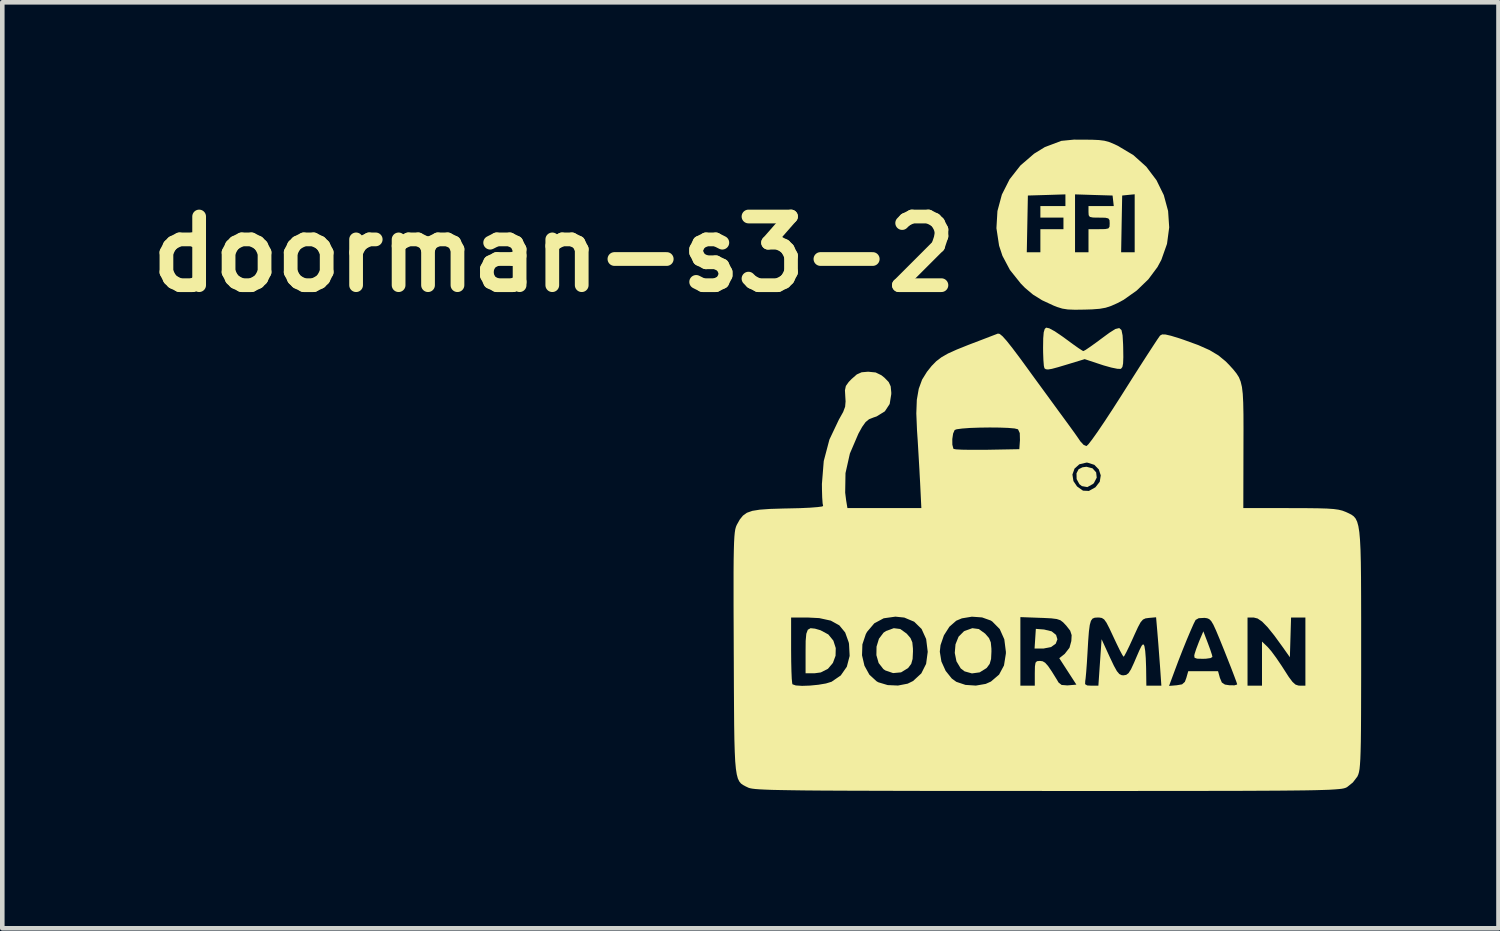
<source format=kicad_pcb>
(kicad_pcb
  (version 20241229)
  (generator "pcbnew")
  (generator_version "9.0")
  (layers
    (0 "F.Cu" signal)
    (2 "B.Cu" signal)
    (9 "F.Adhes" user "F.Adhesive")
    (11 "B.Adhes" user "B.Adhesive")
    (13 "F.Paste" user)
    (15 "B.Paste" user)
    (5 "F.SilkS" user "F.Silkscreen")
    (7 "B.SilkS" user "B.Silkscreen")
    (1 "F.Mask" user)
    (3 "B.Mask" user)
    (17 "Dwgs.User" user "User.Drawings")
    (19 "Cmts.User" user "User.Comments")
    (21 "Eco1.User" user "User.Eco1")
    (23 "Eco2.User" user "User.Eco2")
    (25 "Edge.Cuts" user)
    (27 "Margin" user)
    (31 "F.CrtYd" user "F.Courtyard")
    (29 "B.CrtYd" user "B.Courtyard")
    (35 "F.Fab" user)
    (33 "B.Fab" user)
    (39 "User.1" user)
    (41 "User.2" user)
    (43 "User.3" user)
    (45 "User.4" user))
  (footprint "doorman-s3-2"
    (layer "F.Cu")
    (at 19.78 7.281)
    (property "Reference" "doorman-s3-2" (at -10.73 -4.78 0) (layer "F.SilkS") (effects (font (size 1.5 1.5) (thickness 0.3))))
    (attr board_only exclude_from_pos_files exclude_from_bom)
    (fp_poly (pts (xy -0.023 3.42) (xy 0.142 3.46) (xy 0.239 3.538) (xy 0.268 3.634) (xy 0.232 3.729) (xy 0.131 3.802) (xy -0.032 3.835) (xy -0.051 3.835) (xy -0.231 3.835) (xy -0.217 3.621) (xy -0.203 3.406)) (stroke (width 0) (type solid)) (fill yes) (layer "F.SilkS"))
    (fp_poly (pts (xy 1.035 -0.101) (xy 1.114 -0.013) (xy 1.127 0.102) (xy 1.066 0.22) (xy 1.045 0.241) (xy 0.922 0.309) (xy 0.803 0.288) (xy 0.748 0.245) (xy 0.688 0.134) (xy 0.685 0.008) (xy 0.731 -0.081) (xy 0.815 -0.123) (xy 0.902 -0.135)) (stroke (width 0) (type solid)) (fill yes) (layer "F.SilkS"))
    (fp_poly (pts (xy 3.555 3.719) (xy 3.608 3.863) (xy 3.644 3.973) (xy 3.654 4.019) (xy 3.614 4.044) (xy 3.512 4.058) (xy 3.446 4.06) (xy 3.321 4.057) (xy 3.265 4.038) (xy 3.257 3.992) (xy 3.265 3.953) (xy 3.3 3.845) (xy 3.354 3.703) (xy 3.374 3.653) (xy 3.456 3.46)) (stroke (width 0) (type solid)) (fill yes) (layer "F.SilkS"))
    (fp_poly (pts (xy -5.028 3.401) (xy -4.907 3.436) (xy -4.736 3.528) (xy -4.626 3.663) (xy -4.574 3.825) (xy -4.578 3.993) (xy -4.636 4.15) (xy -4.744 4.278) (xy -4.901 4.358) (xy -5.037 4.376) (xy -5.233 4.376) (xy -5.233 3.901) (xy -5.231 3.668) (xy -5.217 3.513) (xy -5.184 3.425) (xy -5.124 3.391)) (stroke (width 0) (type solid)) (fill yes) (layer "F.SilkS"))
    (fp_poly (pts (xy -3.165 3.409) (xy -3.027 3.508) (xy -3.019 3.516) (xy -2.941 3.607) (xy -2.901 3.701) (xy -2.888 3.835) (xy -2.887 3.901) (xy -2.895 4.063) (xy -2.925 4.17) (xy -2.988 4.255) (xy -2.998 4.265) (xy -3.147 4.356) (xy -3.321 4.372) (xy -3.491 4.314) (xy -3.534 4.284) (xy -3.637 4.152) (xy -3.686 3.98) (xy -3.683 3.794) (xy -3.63 3.621) (xy -3.529 3.488) (xy -3.474 3.452) (xy -3.306 3.391)) (stroke (width 0) (type solid)) (fill yes) (layer "F.SilkS"))
    (fp_poly (pts (xy -1.448 3.41) (xy -1.309 3.511) (xy -1.305 3.516) (xy -1.226 3.607) (xy -1.187 3.701) (xy -1.174 3.835) (xy -1.173 3.901) (xy -1.181 4.063) (xy -1.211 4.17) (xy -1.273 4.255) (xy -1.284 4.265) (xy -1.43 4.356) (xy -1.599 4.379) (xy -1.76 4.334) (xy -1.844 4.27) (xy -1.937 4.115) (xy -1.974 3.931) (xy -1.958 3.743) (xy -1.891 3.577) (xy -1.775 3.46) (xy -1.758 3.451) (xy -1.59 3.391)) (stroke (width 0) (type solid)) (fill yes) (layer "F.SilkS"))
    (fp_poly (pts (xy 0.089 -3.16) (xy 0.211 -3.094) (xy 0.373 -2.984) (xy 0.446 -2.931) (xy 0.601 -2.817) (xy 0.728 -2.727) (xy 0.813 -2.672) (xy 0.835 -2.662) (xy 0.883 -2.687) (xy 0.985 -2.756) (xy 1.123 -2.855) (xy 1.205 -2.916) (xy 1.399 -3.059) (xy 1.533 -3.144) (xy 1.619 -3.165) (xy 1.668 -3.12) (xy 1.692 -3.003) (xy 1.703 -2.811) (xy 1.705 -2.74) (xy 1.708 -2.53) (xy 1.703 -2.393) (xy 1.688 -2.315) (xy 1.659 -2.278) (xy 1.65 -2.273) (xy 1.578 -2.275) (xy 1.446 -2.302) (xy 1.278 -2.349) (xy 1.223 -2.367) (xy 0.864 -2.486) (xy 0.486 -2.371) (xy 0.282 -2.31) (xy 0.148 -2.274) (xy 0.064 -2.26) (xy 0.016 -2.265) (xy -0.015 -2.286) (xy -0.028 -2.341) (xy -0.038 -2.466) (xy -0.044 -2.636) (xy -0.045 -2.732) (xy -0.042 -2.939) (xy -0.031 -3.072) (xy -0.009 -3.145) (xy 0.022 -3.174)) (stroke (width 0) (type solid)) (fill yes) (layer "F.SilkS"))
    (fp_poly (pts (xy 1.018 -7.279) (xy 1.175 -7.272) (xy 1.294 -7.257) (xy 1.397 -7.229) (xy 1.507 -7.184) (xy 1.587 -7.146) (xy 1.926 -6.944) (xy 2.209 -6.69) (xy 2.432 -6.395) (xy 2.592 -6.069) (xy 2.686 -5.722) (xy 2.71 -5.364) (xy 2.662 -5.004) (xy 2.538 -4.653) (xy 2.453 -4.496) (xy 2.255 -4.23) (xy 2 -3.984) (xy 1.715 -3.782) (xy 1.578 -3.709) (xy 1.441 -3.648) (xy 1.322 -3.609) (xy 1.193 -3.586) (xy 1.026 -3.573) (xy 0.863 -3.568) (xy 0.65 -3.565) (xy 0.496 -3.571) (xy 0.375 -3.59) (xy 0.262 -3.625) (xy 0.186 -3.655) (xy -0.066 -3.772) (xy -0.264 -3.895) (xy -0.44 -4.043) (xy -0.532 -4.137) (xy -0.769 -4.434) (xy -0.933 -4.743) (xy -0.958 -4.82) (xy -0.401 -4.82) (xy -0.252 -4.82) (xy -0.104 -4.82) (xy -0.104 -5.072) (xy -0.104 -5.325) (xy 0.148 -5.325) (xy 0.4 -5.325) (xy 0.4 -5.451) (xy 0.4 -5.452) (xy 0.653 -5.452) (xy 0.653 -4.82) (xy 0.8 -4.82) (xy 0.947 -4.82) (xy 1.66 -4.82) (xy 1.808 -4.82) (xy 1.956 -4.82) (xy 1.956 -5.453) (xy 1.956 -6.087) (xy 1.82 -6.074) (xy 1.683 -6.06) (xy 1.671 -5.44) (xy 1.66 -4.82) (xy 0.947 -4.82) (xy 0.947 -5.072) (xy 0.947 -5.325) (xy 1.178 -5.325) (xy 1.311 -5.327) (xy 1.38 -5.341) (xy 1.406 -5.377) (xy 1.41 -5.449) (xy 1.41 -5.451) (xy 1.406 -5.523) (xy 1.38 -5.56) (xy 1.313 -5.575) (xy 1.182 -5.577) (xy 1.178 -5.577) (xy 1.046 -5.579) (xy 0.977 -5.593) (xy 0.951 -5.63) (xy 0.947 -5.701) (xy 0.947 -5.703) (xy 0.947 -5.829) (xy 1.223 -5.829) (xy 1.499 -5.829) (xy 1.486 -5.945) (xy 1.473 -6.06) (xy 1.063 -6.072) (xy 0.653 -6.085) (xy 0.653 -5.452) (xy 0.4 -5.452) (xy 0.4 -5.577) (xy 0.148 -5.577) (xy -0.104 -5.577) (xy -0.104 -5.703) (xy -0.104 -5.829) (xy 0.169 -5.829) (xy 0.443 -5.829) (xy 0.443 -5.957) (xy 0.443 -6.085) (xy 0.033 -6.072) (xy -0.377 -6.06) (xy -0.389 -5.44) (xy -0.401 -4.82) (xy -0.958 -4.82) (xy -1.006 -4.965) (xy -1.064 -5.347) (xy -1.042 -5.721) (xy -0.945 -6.081) (xy -0.776 -6.415) (xy -0.54 -6.716) (xy -0.241 -6.974) (xy -0.007 -7.118) (xy 0.354 -7.254) (xy 0.628 -7.281)) (stroke (width 0) (type solid)) (fill yes) (layer "F.SilkS"))
    (fp_poly (pts (xy -0.993 -3.037) (xy -0.931 -2.986) (xy -0.84 -2.885) (xy -0.714 -2.726) (xy -0.547 -2.504) (xy -0.425 -2.337) (xy -0.237 -2.078) (xy -0.043 -1.813) (xy 0.141 -1.561) (xy 0.3 -1.343) (xy 0.408 -1.196) (xy 0.536 -1.021) (xy 0.65 -0.863) (xy 0.734 -0.743) (xy 0.771 -0.688) (xy 0.842 -0.612) (xy 0.902 -0.587) (xy 0.944 -0.625) (xy 1.027 -0.732) (xy 1.147 -0.901) (xy 1.298 -1.124) (xy 1.475 -1.394) (xy 1.673 -1.703) (xy 1.714 -1.768) (xy 1.9 -2.062) (xy 2.073 -2.334) (xy 2.227 -2.573) (xy 2.354 -2.768) (xy 2.448 -2.911) (xy 2.504 -2.992) (xy 2.515 -3.004) (xy 2.557 -3.026) (xy 2.63 -3.024) (xy 2.751 -2.996) (xy 2.934 -2.94) (xy 3.028 -2.908) (xy 3.345 -2.793) (xy 3.592 -2.683) (xy 3.786 -2.567) (xy 3.946 -2.435) (xy 4.028 -2.351) (xy 4.113 -2.257) (xy 4.18 -2.173) (xy 4.233 -2.09) (xy 4.271 -1.995) (xy 4.299 -1.878) (xy 4.317 -1.727) (xy 4.327 -1.531) (xy 4.332 -1.279) (xy 4.333 -0.959) (xy 4.332 -0.562) (xy 4.329 0.767) (xy 5.357 0.768) (xy 5.696 0.769) (xy 5.957 0.772) (xy 6.155 0.778) (xy 6.301 0.788) (xy 6.409 0.803) (xy 6.492 0.823) (xy 6.562 0.85) (xy 6.568 0.852) (xy 6.635 0.883) (xy 6.693 0.913) (xy 6.742 0.949) (xy 6.783 0.998) (xy 6.816 1.067) (xy 6.842 1.162) (xy 6.863 1.292) (xy 6.878 1.462) (xy 6.889 1.679) (xy 6.896 1.95) (xy 6.9 2.283) (xy 6.902 2.684) (xy 6.903 3.159) (xy 6.903 3.716) (xy 6.903 3.865) (xy 6.903 4.418) (xy 6.902 4.888) (xy 6.901 5.283) (xy 6.899 5.609) (xy 6.896 5.874) (xy 6.891 6.084) (xy 6.885 6.249) (xy 6.877 6.373) (xy 6.868 6.466) (xy 6.856 6.533) (xy 6.842 6.583) (xy 6.825 6.622) (xy 6.82 6.633) (xy 6.722 6.761) (xy 6.596 6.862) (xy 6.583 6.869) (xy 6.558 6.88) (xy 6.524 6.89) (xy 6.477 6.899) (xy 6.412 6.906) (xy 6.325 6.913) (xy 6.212 6.92) (xy 6.068 6.925) (xy 5.888 6.93) (xy 5.669 6.934) (xy 5.405 6.937) (xy 5.092 6.94) (xy 4.726 6.942) (xy 4.302 6.944) (xy 3.817 6.945) (xy 3.264 6.946) (xy 2.64 6.946) (xy 1.941 6.947) (xy 1.161 6.947) (xy 0.297 6.947) (xy 0.045 6.947) (xy -0.848 6.946) (xy -1.655 6.946) (xy -2.38 6.946) (xy -3.029 6.945) (xy -3.604 6.943) (xy -4.112 6.942) (xy -4.555 6.94) (xy -4.94 6.938) (xy -5.269 6.935) (xy -5.547 6.931) (xy -5.779 6.927) (xy -5.969 6.923) (xy -6.122 6.917) (xy -6.241 6.911) (xy -6.332 6.904) (xy -6.398 6.896) (xy -6.445 6.887) (xy -6.476 6.878) (xy -6.483 6.875) (xy -6.546 6.845) (xy -6.599 6.817) (xy -6.644 6.784) (xy -6.681 6.739) (xy -6.712 6.675) (xy -6.736 6.585) (xy -6.755 6.463) (xy -6.77 6.301) (xy -6.78 6.093) (xy -6.788 5.831) (xy -6.793 5.508) (xy -6.796 5.119) (xy -6.799 4.655) (xy -6.799 4.652) (xy 2.707 4.652) (xy 2.875 4.638) (xy 2.991 4.618) (xy 3.052 4.564) (xy 3.084 4.478) (xy 3.126 4.331) (xy 3.451 4.331) (xy 3.777 4.331) (xy 3.818 4.478) (xy 3.86 4.578) (xy 3.928 4.623) (xy 4.028 4.638) (xy 4.136 4.639) (xy 4.192 4.622) (xy 4.195 4.616) (xy 4.178 4.564) (xy 4.133 4.443) (xy 4.066 4.267) (xy 3.981 4.052) (xy 3.913 3.88) (xy 3.809 3.623) (xy 3.732 3.439) (xy 3.674 3.313) (xy 3.627 3.235) (xy 3.584 3.193) (xy 3.539 3.174) (xy 3.483 3.166) (xy 3.479 3.166) (xy 3.354 3.173) (xy 3.287 3.211) (xy 3.244 3.295) (xy 3.178 3.445) (xy 3.095 3.641) (xy 3.004 3.866) (xy 2.912 4.101) (xy 2.843 4.285) (xy 2.707 4.652) (xy -6.799 4.652) (xy -6.801 4.11) (xy -6.802 3.925) (xy -6.804 3.368) (xy -6.805 3.158) (xy -5.549 3.158) (xy -5.549 3.872) (xy -5.547 4.118) (xy -5.542 4.33) (xy -5.535 4.495) (xy -5.525 4.595) (xy -5.519 4.617) (xy -5.446 4.642) (xy -5.31 4.651) (xy -5.138 4.645) (xy -4.955 4.627) (xy -4.789 4.599) (xy -4.664 4.561) (xy -4.662 4.559) (xy -4.465 4.424) (xy -4.332 4.233) (xy -4.271 3.999) (xy -4.271 3.983) (xy -4 3.983) (xy -3.947 4.211) (xy -3.839 4.407) (xy -3.682 4.551) (xy -3.643 4.573) (xy -3.44 4.634) (xy -3.215 4.644) (xy -3.003 4.603) (xy -2.885 4.545) (xy -2.705 4.379) (xy -2.6 4.17) (xy -2.565 3.909) (xy -2.565 3.906) (xy -2.565 3.905) (xy -2.301 3.905) (xy -2.266 4.119) (xy -2.173 4.324) (xy -2.039 4.491) (xy -1.94 4.563) (xy -1.74 4.63) (xy -1.513 4.645) (xy -1.298 4.608) (xy -1.184 4.557) (xy -1.006 4.405) (xy -0.899 4.205) (xy -0.858 3.948) (xy -0.857 3.909) (xy -0.892 3.634) (xy -0.992 3.41) (xy -1.155 3.245) (xy -1.189 3.223) (xy -1.377 3.156) (xy -1.47 3.149) (xy -0.541 3.149) (xy -0.541 3.898) (xy -0.541 4.647) (xy -0.383 4.647) (xy -0.226 4.647) (xy -0.226 4.376) (xy -0.223 4.226) (xy -0.21 4.145) (xy -0.178 4.112) (xy -0.117 4.106) (xy -0.112 4.106) (xy -0.054 4.114) (xy 0.000366 4.146) (xy 0.063 4.216) (xy 0.145 4.336) (xy 0.258 4.518) (xy 0.293 4.578) (xy 0.36 4.631) (xy 0.485 4.641) (xy 0.511 4.639) (xy 0.683 4.624) (xy 0.676 4.614) (xy 0.873 4.614) (xy 0.919 4.642) (xy 1.009 4.647) (xy 1.163 4.647) (xy 1.198 4.139) (xy 1.233 3.632) (xy 1.414 4.027) (xy 1.502 4.212) (xy 1.567 4.329) (xy 1.62 4.392) (xy 1.672 4.418) (xy 1.711 4.421) (xy 1.771 4.411) (xy 1.822 4.373) (xy 1.875 4.29) (xy 1.942 4.145) (xy 1.983 4.049) (xy 2.058 3.876) (xy 2.107 3.777) (xy 2.139 3.742) (xy 2.16 3.761) (xy 2.17 3.79) (xy 2.186 3.888) (xy 2.198 4.045) (xy 2.205 4.232) (xy 2.206 4.275) (xy 2.211 4.647) (xy 2.375 4.647) (xy 2.539 4.647) (xy 2.51 4.23) (xy 2.492 3.992) (xy 2.473 3.74) (xy 2.455 3.521) (xy 2.452 3.483) (xy 2.424 3.158) (xy 4.421 3.158) (xy 4.421 3.902) (xy 4.421 4.647) (xy 4.579 4.647) (xy 4.737 4.647) (xy 4.737 4.165) (xy 4.737 3.683) (xy 4.861 3.802) (xy 4.941 3.894) (xy 5.048 4.039) (xy 5.164 4.21) (xy 5.211 4.283) (xy 5.322 4.456) (xy 5.404 4.565) (xy 5.469 4.623) (xy 5.532 4.644) (xy 5.56 4.646) (xy 5.685 4.647) (xy 5.685 3.902) (xy 5.685 3.158) (xy 5.528 3.158) (xy 5.372 3.158) (xy 5.359 3.592) (xy 5.346 4.026) (xy 5.191 3.806) (xy 5.007 3.553) (xy 4.859 3.369) (xy 4.74 3.247) (xy 4.642 3.18) (xy 4.556 3.158) (xy 4.552 3.158) (xy 4.421 3.158) (xy 2.424 3.158) (xy 2.423 3.153) (xy 2.266 3.167) (xy 2.192 3.177) (xy 2.137 3.203) (xy 2.086 3.261) (xy 2.029 3.366) (xy 1.952 3.533) (xy 1.923 3.598) (xy 1.843 3.773) (xy 1.776 3.911) (xy 1.729 3.997) (xy 1.714 4.015) (xy 1.687 3.977) (xy 1.631 3.873) (xy 1.557 3.721) (xy 1.494 3.587) (xy 1.404 3.395) (xy 1.34 3.271) (xy 1.289 3.2) (xy 1.239 3.168) (xy 1.178 3.158) (xy 1.15 3.158) (xy 1.084 3.162) (xy 1.035 3.182) (xy 1 3.231) (xy 0.975 3.32) (xy 0.956 3.464) (xy 0.94 3.672) (xy 0.924 3.948) (xy 0.911 4.16) (xy 0.897 4.348) (xy 0.884 4.487) (xy 0.876 4.545) (xy 0.873 4.614) (xy 0.676 4.614) (xy 0.496 4.336) (xy 0.309 4.047) (xy 0.428 3.952) (xy 0.532 3.818) (xy 0.572 3.672) (xy 0.579 3.543) (xy 0.547 3.445) (xy 0.461 3.335) (xy 0.46 3.334) (xy 0.393 3.263) (xy 0.332 3.217) (xy 0.253 3.191) (xy 0.135 3.176) (xy -0.045 3.167) (xy -0.109 3.165) (xy -0.541 3.149) (xy -1.47 3.149) (xy -1.6 3.14) (xy -1.819 3.176) (xy -1.942 3.228) (xy -2.091 3.359) (xy -2.211 3.547) (xy -2.285 3.761) (xy -2.301 3.905) (xy -2.565 3.905) (xy -2.599 3.628) (xy -2.699 3.408) (xy -2.86 3.25) (xy -3.077 3.159) (xy -3.271 3.139) (xy -3.527 3.175) (xy -3.732 3.285) (xy -3.889 3.47) (xy -3.917 3.52) (xy -3.992 3.745) (xy -4 3.983) (xy -4.271 3.983) (xy -4.284 3.734) (xy -4.291 3.7) (xy -4.368 3.485) (xy -4.496 3.329) (xy -4.682 3.226) (xy -4.934 3.171) (xy -5.187 3.158) (xy -5.549 3.158) (xy -6.805 3.158) (xy -6.806 2.894) (xy -6.806 2.496) (xy -6.806 2.166) (xy -6.804 1.898) (xy -6.8 1.684) (xy -6.795 1.518) (xy -6.788 1.391) (xy -6.779 1.297) (xy -6.768 1.228) (xy -6.754 1.178) (xy -6.738 1.139) (xy -6.734 1.131) (xy -6.67 1.017) (xy -6.601 0.932) (xy -6.515 0.87) (xy -6.396 0.828) (xy -6.233 0.802) (xy -6.01 0.786) (xy -5.715 0.777) (xy -5.613 0.775) (xy -5.356 0.769) (xy -5.138 0.759) (xy -4.973 0.746) (xy -4.873 0.733) (xy -4.85 0.721) (xy -4.861 0.662) (xy -4.87 0.533) (xy -4.875 0.358) (xy -4.876 0.239) (xy -4.836 -0.26) (xy -4.712 -0.73) (xy -4.505 -1.166) (xy -4.497 -1.18) (xy -4.412 -1.332) (xy -4.369 -1.447) (xy -4.359 -1.564) (xy -4.365 -1.663) (xy -4.373 -1.806) (xy -4.353 -1.9) (xy -4.291 -1.987) (xy -4.228 -2.052) (xy -4.114 -2.152) (xy -4.009 -2.199) (xy -3.87 -2.211) (xy -3.863 -2.211) (xy -3.702 -2.195) (xy -3.578 -2.135) (xy -3.508 -2.079) (xy -3.417 -1.985) (xy -3.374 -1.892) (xy -3.361 -1.759) (xy -3.361 -1.722) (xy -3.396 -1.506) (xy -3.501 -1.346) (xy -3.68 -1.235) (xy -3.751 -1.211) (xy -3.847 -1.173) (xy -3.922 -1.111) (xy -3.997 -1.006) (xy -4.079 -0.858) (xy -4.265 -0.424) (xy -4.361 0.004) (xy -4.368 0.43) (xy -4.347 0.598) (xy -4.319 0.767) (xy -3.512 0.767) (xy -2.704 0.767) (xy -2.731 0.214) (xy -2.741 0.035) (xy 0.596 0.035) (xy 0.618 0.178) (xy 0.697 0.295) (xy 0.827 0.387) (xy 0.956 0.393) (xy 1.099 0.313) (xy 1.099 0.313) (xy 1.193 0.192) (xy 1.215 0.054) (xy 1.173 -0.076) (xy 1.075 -0.177) (xy 0.93 -0.224) (xy 0.902 -0.226) (xy 0.747 -0.189) (xy 0.642 -0.095) (xy 0.596 0.035) (xy -2.741 0.035) (xy -2.746 -0.066) (xy -2.765 -0.39) (xy -2.784 -0.714) (xy -2.786 -0.74) (xy -2.028 -0.74) (xy -2.027 -0.617) (xy -2.005 -0.533) (xy -1.999 -0.525) (xy -1.945 -0.515) (xy -1.818 -0.508) (xy -1.632 -0.505) (xy -1.405 -0.505) (xy -1.266 -0.506) (xy -0.564 -0.519) (xy -0.55 -0.717) (xy -0.554 -0.871) (xy -0.592 -0.952) (xy -0.595 -0.954) (xy -0.668 -0.972) (xy -0.809 -0.984) (xy -0.997 -0.991) (xy -1.211 -0.993) (xy -1.433 -0.99) (xy -1.64 -0.983) (xy -1.814 -0.97) (xy -1.933 -0.954) (xy -1.976 -0.938) (xy -2.01 -0.861) (xy -2.028 -0.74) (xy -2.786 -0.74) (xy -2.799 -0.932) (xy -2.814 -1.301) (xy -2.803 -1.598) (xy -2.761 -1.838) (xy -2.688 -2.038) (xy -2.582 -2.209) (xy -2.479 -2.338) (xy -2.379 -2.44) (xy -2.265 -2.527) (xy -2.122 -2.609) (xy -1.931 -2.695) (xy -1.677 -2.797) (xy -1.575 -2.836) (xy -1.378 -2.911) (xy -1.207 -2.977) (xy -1.084 -3.024) (xy -1.032 -3.044)) (stroke (width 0) (type solid)) (fill yes) (layer "F.SilkS")))
  (gr_rect
    (start -3 -3)
    (end 29.683 17.228)
    (stroke (width 0.1) (type default))
    (fill no)
    (layer "Edge.Cuts")))
</source>
